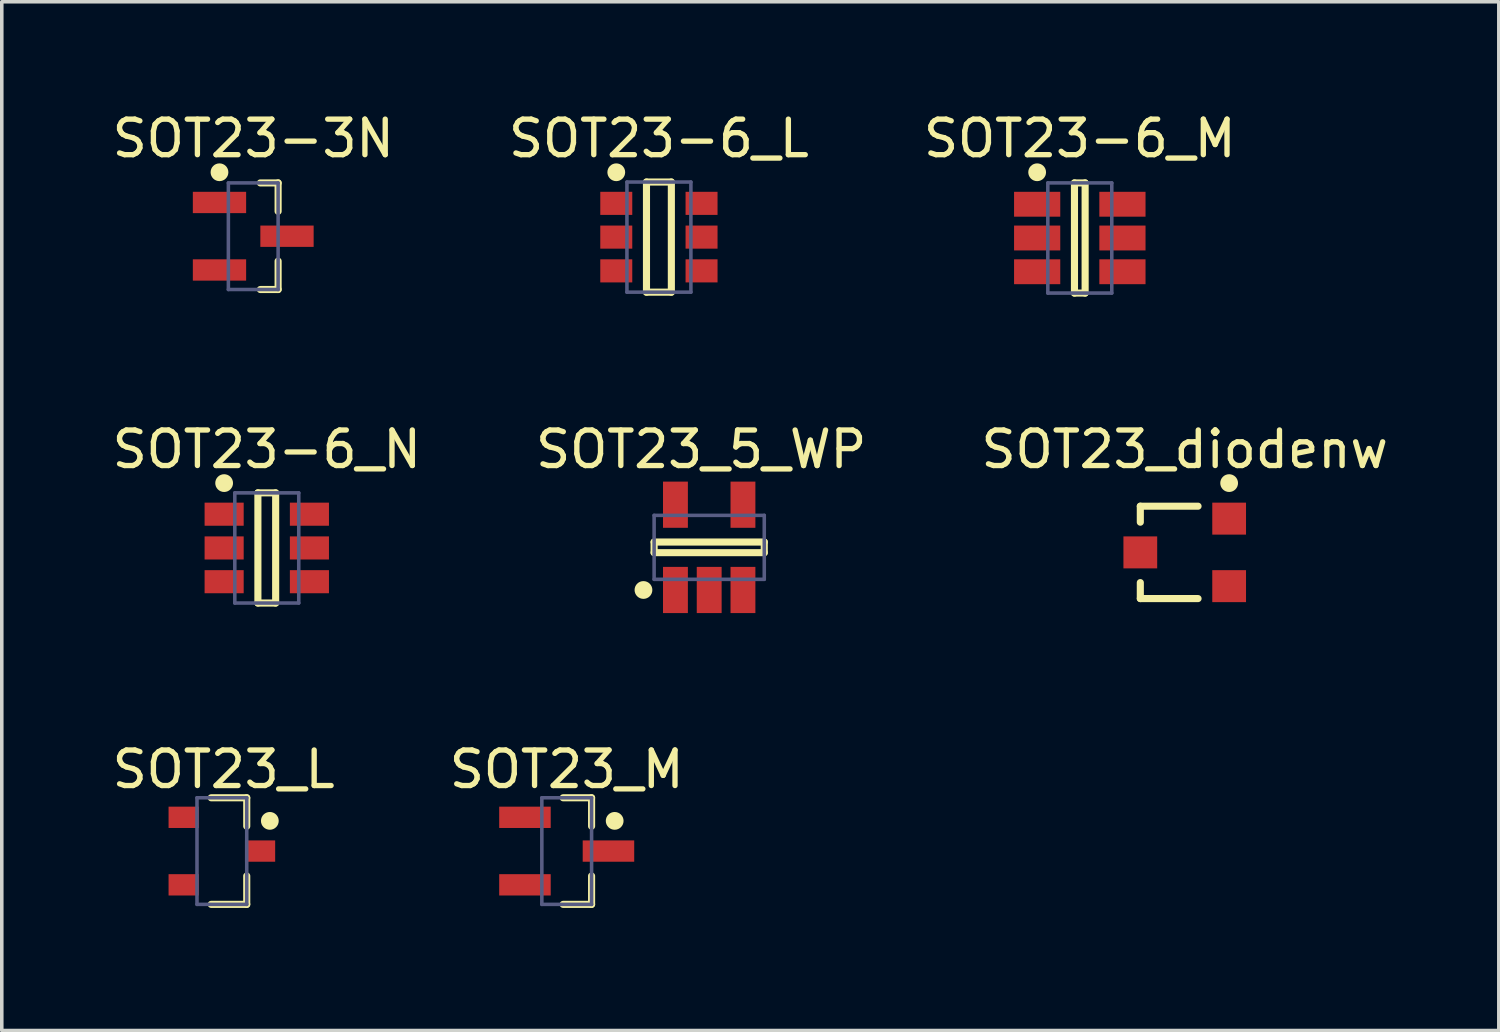
<source format=kicad_pcb>
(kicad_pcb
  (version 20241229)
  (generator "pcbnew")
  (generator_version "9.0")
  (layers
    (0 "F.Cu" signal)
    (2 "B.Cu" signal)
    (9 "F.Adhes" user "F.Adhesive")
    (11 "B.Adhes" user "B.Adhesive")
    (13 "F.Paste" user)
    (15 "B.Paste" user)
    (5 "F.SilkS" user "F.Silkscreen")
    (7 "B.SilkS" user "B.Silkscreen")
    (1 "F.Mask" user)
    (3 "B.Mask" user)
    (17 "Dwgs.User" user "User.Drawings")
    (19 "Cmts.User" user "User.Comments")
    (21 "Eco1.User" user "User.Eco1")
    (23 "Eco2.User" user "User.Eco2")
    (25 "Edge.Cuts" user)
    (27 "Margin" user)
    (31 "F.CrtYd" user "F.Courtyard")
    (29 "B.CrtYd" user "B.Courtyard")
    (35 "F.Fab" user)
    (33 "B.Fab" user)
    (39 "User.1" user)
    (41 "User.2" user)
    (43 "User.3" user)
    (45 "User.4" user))
  (footprint "SOT23-3N"
    (layer "F.Cu")
    (at 4.077 3.598)
    (property "Reference" "SOT23-3N" (at 0 -2.75 0) (layer "F.SilkS") (effects (font (size 1 1) (thickness 0.15))))
    (fp_line (start 0.2 -1.5) (end 0.7 -1.5) (stroke (width 0.2) (type solid)) (layer "F.SilkS"))
    (fp_line (start 0.2 1.5) (end 0.7 1.5) (stroke (width 0.2) (type solid)) (layer "F.SilkS"))
    (fp_line (start 0.7 -0.7) (end 0.7 -1.5) (stroke (width 0.2) (type solid)) (layer "F.SilkS"))
    (fp_line (start 0.7 1.5) (end 0.7 0.7) (stroke (width 0.2) (type solid)) (layer "F.SilkS"))
    (fp_circle (center -0.95 -1.8) (end -0.95 -1.925) (stroke (width 0.25) (type solid)) (fill no) (layer "F.SilkS"))
    (fp_line (start -1.95 -1.75) (end 1.95 -1.75) (stroke (width 0.1) (type solid)) (layer "Eco2.User"))
    (fp_line (start -1.95 1.75) (end -1.95 -1.75) (stroke (width 0.1) (type solid)) (layer "Eco2.User"))
    (fp_line (start -1.95 1.75) (end 1.95 1.75) (stroke (width 0.1) (type solid)) (layer "Eco2.User"))
    (fp_line (start -0.5 0) (end 0.5 0) (stroke (width 0.1) (type solid)) (layer "Eco2.User"))
    (fp_line (start 0 0.5) (end 0 -0.5) (stroke (width 0.1) (type solid)) (layer "Eco2.User"))
    (fp_line (start 1.95 1.75) (end 1.95 -1.75) (stroke (width 0.1) (type solid)) (layer "Eco2.User"))
    (fp_line (start -0.7 -1.5) (end 0.7 -1.5) (stroke (width 0.1) (type solid)) (layer "B.Fab"))
    (fp_line (start -0.7 1.5) (end -0.7 -1.5) (stroke (width 0.1) (type solid)) (layer "B.Fab"))
    (fp_line (start -0.7 1.5) (end 0.7 1.5) (stroke (width 0.1) (type solid)) (layer "B.Fab"))
    (fp_line (start 0.7 1.5) (end 0.7 -1.5) (stroke (width 0.1) (type solid)) (layer "B.Fab"))
    (pad "1" smd rect (at -0.95 -0.95 90) (size 0.6 1.5) (layers "F.Cu" "F.Mask" "F.Paste"))
    (pad "2" smd rect (at -0.95 0.95 90) (size 0.6 1.5) (layers "F.Cu" "F.Mask" "F.Paste"))
    (pad "3" smd rect (at 0.95 0 90) (size 0.6 1.5) (layers "F.Cu" "F.Mask" "F.Paste")))
  (footprint "SOT23_L"
    (layer "F.Cu")
    (at 3.194 20.902)
    (property "Reference" "SOT23_L" (at 0.05 -2.3 0) (layer "F.SilkS") (effects (font (size 1 1) (thickness 0.15))))
    (fp_line (start -0.3 -1.5) (end 0.7 -1.5) (stroke (width 0.2) (type solid)) (layer "F.SilkS"))
    (fp_line (start -0.3 1.5) (end 0.7 1.5) (stroke (width 0.2) (type solid)) (layer "F.SilkS"))
    (fp_line (start 0.7 -0.7) (end 0.7 -1.5) (stroke (width 0.2) (type solid)) (layer "F.SilkS"))
    (fp_line (start 0.7 1.5) (end 0.7 0.7) (stroke (width 0.2) (type solid)) (layer "F.SilkS"))
    (fp_circle (center 1.35 -0.85) (end 1.35 -0.975) (stroke (width 0.25) (type solid)) (fill no) (layer "F.SilkS"))
    (fp_line (start -1.6 -1.6) (end 1.6 -1.6) (stroke (width 0.1) (type solid)) (layer "Eco2.User"))
    (fp_line (start -1.6 1.6) (end -1.6 -1.6) (stroke (width 0.1) (type solid)) (layer "Eco2.User"))
    (fp_line (start -1.6 1.6) (end 1.6 1.6) (stroke (width 0.1) (type solid)) (layer "Eco2.User"))
    (fp_line (start -0.5 0) (end 0.5 0) (stroke (width 0.1) (type solid)) (layer "Eco2.User"))
    (fp_line (start 0 0.5) (end 0 -0.5) (stroke (width 0.1) (type solid)) (layer "Eco2.User"))
    (fp_line (start 1.6 1.6) (end 1.6 -1.6) (stroke (width 0.1) (type solid)) (layer "Eco2.User"))
    (fp_line (start -0.7 -1.5) (end 0.7 -1.5) (stroke (width 0.1) (type solid)) (layer "B.Fab"))
    (fp_line (start -0.7 1.5) (end -0.7 -1.5) (stroke (width 0.1) (type solid)) (layer "B.Fab"))
    (fp_line (start -0.7 1.5) (end 0.7 1.5) (stroke (width 0.1) (type solid)) (layer "B.Fab"))
    (fp_line (start 0.7 1.5) (end 0.7 -1.5) (stroke (width 0.1) (type solid)) (layer "B.Fab"))
    (pad "1" smd rect (at 1.075 0 90) (size 0.6 0.85) (layers "F.Cu" "F.Mask" "F.Paste"))
    (pad "2" smd rect (at -1.075 0.95 90) (size 0.6 0.85) (layers "F.Cu" "F.Mask" "F.Paste"))
    (pad "3" smd rect (at -1.075 -0.95 90) (size 0.6 0.85) (layers "F.Cu" "F.Mask" "F.Paste")))
  (footprint "SOT23-6_M"
    (layer "F.Cu")
    (at 27.339 3.648)
    (property "Reference" "SOT23-6_M" (at 0 -2.8 0) (layer "F.SilkS") (effects (font (size 1 1) (thickness 0.15))))
    (fp_line (start -0.15 -1.55) (end 0.15 -1.55) (stroke (width 0.2) (type solid)) (layer "F.SilkS"))
    (fp_line (start -0.15 1.55) (end -0.15 -1.55) (stroke (width 0.2) (type solid)) (layer "F.SilkS"))
    (fp_line (start -0.15 1.55) (end 0.15 1.55) (stroke (width 0.2) (type solid)) (layer "F.SilkS"))
    (fp_line (start 0.15 1.55) (end 0.15 -1.55) (stroke (width 0.2) (type solid)) (layer "F.SilkS"))
    (fp_circle (center -1.2 -1.85) (end -1.2 -1.975) (stroke (width 0.25) (type solid)) (fill no) (layer "F.SilkS"))
    (fp_line (start -2.35 -2.05) (end 2.35 -2.05) (stroke (width 0.1) (type solid)) (layer "Eco2.User"))
    (fp_line (start -2.35 2.05) (end -2.35 -2.05) (stroke (width 0.1) (type solid)) (layer "Eco2.User"))
    (fp_line (start -2.35 2.05) (end 2.35 2.05) (stroke (width 0.1) (type solid)) (layer "Eco2.User"))
    (fp_line (start -0.5 0) (end 0.5 0) (stroke (width 0.1) (type solid)) (layer "Eco2.User"))
    (fp_line (start 0 0.5) (end 0 -0.5) (stroke (width 0.1) (type solid)) (layer "Eco2.User"))
    (fp_line (start 2.35 2.05) (end 2.35 -2.05) (stroke (width 0.1) (type solid)) (layer "Eco2.User"))
    (fp_line (start -0.9 -1.55) (end 0.9 -1.55) (stroke (width 0.1) (type solid)) (layer "B.Fab"))
    (fp_line (start -0.9 1.55) (end -0.9 -1.55) (stroke (width 0.1) (type solid)) (layer "B.Fab"))
    (fp_line (start -0.9 1.55) (end 0.9 1.55) (stroke (width 0.1) (type solid)) (layer "B.Fab"))
    (fp_line (start 0.9 1.55) (end 0.9 -1.55) (stroke (width 0.1) (type solid)) (layer "B.Fab"))
    (pad "1" smd rect (at -1.2 -0.95 90) (size 0.7 1.3) (layers "F.Cu" "F.Mask" "F.Paste"))
    (pad "2" smd rect (at -1.2 0 90) (size 0.7 1.3) (layers "F.Cu" "F.Mask" "F.Paste"))
    (pad "3" smd rect (at -1.2 0.95 90) (size 0.7 1.3) (layers "F.Cu" "F.Mask" "F.Paste"))
    (pad "4" smd rect (at 1.2 0.95 90) (size 0.7 1.3) (layers "F.Cu" "F.Mask" "F.Paste"))
    (pad "5" smd rect (at 1.2 0 90) (size 0.7 1.3) (layers "F.Cu" "F.Mask" "F.Paste"))
    (pad "6" smd rect (at 1.2 -0.95 90) (size 0.7 1.3) (layers "F.Cu" "F.Mask" "F.Paste")))
  (footprint "SOT23_diodenw"
    (layer "F.Cu")
    (at 30.401 12.396)
    (property "Reference" "SOT23_diodenw" (at -0.109 -2.8 0) (layer "F.SilkS") (effects (font (size 1 1) (thickness 0.15))))
    (fp_line (start -1.359 -1.2) (end 0.266 -1.2) (stroke (width 0.2) (type solid)) (layer "F.SilkS"))
    (fp_line (start -1.359 -0.75) (end -1.359 -1.2) (stroke (width 0.2) (type solid)) (layer "F.SilkS"))
    (fp_line (start -1.359 1.4) (end -1.359 0.95) (stroke (width 0.2) (type solid)) (layer "F.SilkS"))
    (fp_line (start -1.359 1.4) (end 0.266 1.4) (stroke (width 0.2) (type solid)) (layer "F.SilkS"))
    (fp_circle (center 1.141 -1.85) (end 1.141 -1.975) (stroke (width 0.25) (type solid)) (fill no) (layer "F.SilkS"))
    (pad "1" smd rect (at 1.141 -0.85 270) (size 0.9 0.95) (layers "F.Cu" "F.Mask" "F.Paste"))
    (pad "2" smd rect (at 1.141 1.05 270) (size 0.9 0.95) (layers "F.Cu" "F.Mask" "F.Paste"))
    (pad "3" smd rect (at -1.359 0.1 270) (size 0.9 0.95) (layers "F.Cu" "F.Mask" "F.Paste")))
  (footprint "SOT23_M"
    (layer "F.Cu")
    (at 12.899 20.902)
    (property "Reference" "SOT23_M" (at 0 -2.3 0) (layer "F.SilkS") (effects (font (size 1 1) (thickness 0.15))))
    (fp_line (start -0.1 -1.5) (end 0.7 -1.5) (stroke (width 0.2) (type solid)) (layer "F.SilkS"))
    (fp_line (start -0.1 1.5) (end 0.7 1.5) (stroke (width 0.2) (type solid)) (layer "F.SilkS"))
    (fp_line (start 0.7 -0.7) (end 0.7 -1.5) (stroke (width 0.2) (type solid)) (layer "F.SilkS"))
    (fp_line (start 0.7 1.5) (end 0.7 0.7) (stroke (width 0.2) (type solid)) (layer "F.SilkS"))
    (fp_circle (center 1.35 -0.85) (end 1.35 -0.975) (stroke (width 0.25) (type solid)) (fill no) (layer "F.SilkS"))
    (fp_line (start -2.4 -2) (end 2.4 -2) (stroke (width 0.1) (type solid)) (layer "Eco2.User"))
    (fp_line (start -2.4 2) (end -2.4 -2) (stroke (width 0.1) (type solid)) (layer "Eco2.User"))
    (fp_line (start -2.4 2) (end 2.4 2) (stroke (width 0.1) (type solid)) (layer "Eco2.User"))
    (fp_line (start -0.5 0) (end 0.5 0) (stroke (width 0.1) (type solid)) (layer "Eco2.User"))
    (fp_line (start 0 0.5) (end 0 -0.5) (stroke (width 0.1) (type solid)) (layer "Eco2.User"))
    (fp_line (start 2.4 2) (end 2.4 -2) (stroke (width 0.1) (type solid)) (layer "Eco2.User"))
    (fp_line (start -0.7 -1.5) (end 0.7 -1.5) (stroke (width 0.1) (type solid)) (layer "B.Fab"))
    (fp_line (start -0.7 1.5) (end -0.7 -1.5) (stroke (width 0.1) (type solid)) (layer "B.Fab"))
    (fp_line (start -0.7 1.5) (end 0.7 1.5) (stroke (width 0.1) (type solid)) (layer "B.Fab"))
    (fp_line (start 0.7 1.5) (end 0.7 -1.5) (stroke (width 0.1) (type solid)) (layer "B.Fab"))
    (pad "1" smd rect (at 1.175 0 90) (size 0.6 1.45) (layers "F.Cu" "F.Mask" "F.Paste"))
    (pad "2" smd rect (at -1.175 0.95 90) (size 0.6 1.45) (layers "F.Cu" "F.Mask" "F.Paste"))
    (pad "3" smd rect (at -1.175 -0.95 90) (size 0.6 1.45) (layers "F.Cu" "F.Mask" "F.Paste")))
  (footprint "SOT23_5_WP"
    (layer "F.Cu")
    (at 16.833 12.278)
    (property "Reference" "SOT23_5_WP" (at -0.149 -2.681 0) (layer "F.SilkS") (effects (font (size 1 1) (thickness 0.15))))
    (fp_line (start -1.474 -0.074) (end 1.626 -0.074) (stroke (width 0.2) (type solid)) (layer "F.SilkS"))
    (fp_line (start -1.474 0.226) (end -1.474 -0.074) (stroke (width 0.2) (type solid)) (layer "F.SilkS"))
    (fp_line (start -1.474 0.226) (end 1.626 0.226) (stroke (width 0.2) (type solid)) (layer "F.SilkS"))
    (fp_line (start 1.626 0.226) (end 1.626 -0.074) (stroke (width 0.2) (type solid)) (layer "F.SilkS"))
    (fp_circle (center -1.774 1.276) (end -1.774 1.151) (stroke (width 0.25) (type solid)) (fill no) (layer "F.SilkS"))
    (fp_rect (start -1.24 -1.346) (end -0.503 -1.981) (stroke (width 0) (type default)) (fill yes) (layer "F.Paste"))
    (fp_rect (start -1.24 2.134) (end -0.503 1.524) (stroke (width 0) (type default)) (fill yes) (layer "F.Paste"))
    (fp_rect (start -0.292 2.134) (end 0.445 1.524) (stroke (width 0) (type default)) (fill yes) (layer "F.Paste"))
    (fp_rect (start 0.66 -1.346) (end 1.397 -1.981) (stroke (width 0) (type default)) (fill yes) (layer "F.Paste"))
    (fp_rect (start 0.66 2.134) (end 1.397 1.524) (stroke (width 0) (type default)) (fill yes) (layer "F.Paste"))
    (fp_line (start -1.974 -2.274) (end 2.126 -2.274) (stroke (width 0.1) (type solid)) (layer "Eco2.User"))
    (fp_line (start -1.974 2.426) (end -1.974 -2.274) (stroke (width 0.1) (type solid)) (layer "Eco2.User"))
    (fp_line (start -1.974 2.426) (end 2.126 2.426) (stroke (width 0.1) (type solid)) (layer "Eco2.User"))
    (fp_line (start -0.424 0.076) (end 0.576 0.076) (stroke (width 0.1) (type solid)) (layer "Eco2.User"))
    (fp_line (start 0.076 0.576) (end 0.076 -0.424) (stroke (width 0.1) (type solid)) (layer "Eco2.User"))
    (fp_line (start 2.126 2.426) (end 2.126 -2.274) (stroke (width 0.1) (type solid)) (layer "Eco2.User"))
    (fp_line (start -1.474 -0.824) (end 1.626 -0.824) (stroke (width 0.1) (type solid)) (layer "B.Fab"))
    (fp_line (start -1.474 0.976) (end -1.474 -0.824) (stroke (width 0.1) (type solid)) (layer "B.Fab"))
    (fp_line (start -1.474 0.976) (end 1.626 0.976) (stroke (width 0.1) (type solid)) (layer "B.Fab"))
    (fp_line (start 1.626 0.976) (end 1.626 -0.824) (stroke (width 0.1) (type solid)) (layer "B.Fab"))
    (pad "1" smd rect (at -0.874 1.276 180) (size 0.7 1.3) (layers "F.Cu" "F.Mask" "F.Paste"))
    (pad "2" smd rect (at 0.076 1.276 180) (size 0.7 1.3) (layers "F.Cu" "F.Mask" "F.Paste"))
    (pad "3" smd rect (at 1.026 1.276 180) (size 0.7 1.3) (layers "F.Cu" "F.Mask" "F.Paste"))
    (pad "4" smd rect (at 1.026 -1.124 180) (size 0.7 1.3) (layers "F.Cu" "F.Mask" "F.Paste"))
    (pad "5" smd rect (at -0.874 -1.124 180) (size 0.7 1.3) (layers "F.Cu" "F.Mask" "F.Paste")))
  (footprint "SOT23-6_N"
    (layer "F.Cu")
    (at 4.458 12.371)
    (property "Reference" "SOT23-6_N" (at 0 -2.775 0) (layer "F.SilkS") (effects (font (size 1 1) (thickness 0.15))))
    (fp_line (start -0.25 -1.55) (end 0.25 -1.55) (stroke (width 0.2) (type solid)) (layer "F.SilkS"))
    (fp_line (start -0.25 1.55) (end -0.25 -1.55) (stroke (width 0.2) (type solid)) (layer "F.SilkS"))
    (fp_line (start -0.25 1.55) (end 0.25 1.55) (stroke (width 0.2) (type solid)) (layer "F.SilkS"))
    (fp_line (start 0.25 1.55) (end 0.25 -1.55) (stroke (width 0.2) (type solid)) (layer "F.SilkS"))
    (fp_circle (center -1.2 -1.825) (end -1.2 -1.95) (stroke (width 0.25) (type solid)) (fill no) (layer "F.SilkS"))
    (fp_line (start -2 -1.8) (end 2 -1.8) (stroke (width 0.1) (type solid)) (layer "Eco2.User"))
    (fp_line (start -2 1.8) (end -2 -1.8) (stroke (width 0.1) (type solid)) (layer "Eco2.User"))
    (fp_line (start -2 1.8) (end 2 1.8) (stroke (width 0.1) (type solid)) (layer "Eco2.User"))
    (fp_line (start -0.5 0) (end 0.5 0) (stroke (width 0.1) (type solid)) (layer "Eco2.User"))
    (fp_line (start 0 0.5) (end 0 -0.5) (stroke (width 0.1) (type solid)) (layer "Eco2.User"))
    (fp_line (start 2 1.8) (end 2 -1.8) (stroke (width 0.1) (type solid)) (layer "Eco2.User"))
    (fp_line (start -0.9 -1.55) (end 0.9 -1.55) (stroke (width 0.1) (type solid)) (layer "B.Fab"))
    (fp_line (start -0.9 1.55) (end -0.9 -1.55) (stroke (width 0.1) (type solid)) (layer "B.Fab"))
    (fp_line (start -0.9 1.55) (end 0.9 1.55) (stroke (width 0.1) (type solid)) (layer "B.Fab"))
    (fp_line (start 0.9 1.55) (end 0.9 -1.55) (stroke (width 0.1) (type solid)) (layer "B.Fab"))
    (pad "1" smd rect (at -1.2 -0.95 90) (size 0.65 1.1) (layers "F.Cu" "F.Mask" "F.Paste"))
    (pad "2" smd rect (at -1.2 0 90) (size 0.65 1.1) (layers "F.Cu" "F.Mask" "F.Paste"))
    (pad "3" smd rect (at -1.2 0.95 90) (size 0.65 1.1) (layers "F.Cu" "F.Mask" "F.Paste"))
    (pad "4" smd rect (at 1.2 0.95 90) (size 0.65 1.1) (layers "F.Cu" "F.Mask" "F.Paste"))
    (pad "5" smd rect (at 1.2 0 90) (size 0.65 1.1) (layers "F.Cu" "F.Mask" "F.Paste"))
    (pad "6" smd rect (at 1.2 -0.95 90) (size 0.65 1.1) (layers "F.Cu" "F.Mask" "F.Paste")))
  (footprint "SOT23-6_L"
    (layer "F.Cu")
    (at 15.494 3.623)
    (property "Reference" "SOT23-6_L" (at 0 -2.775 0) (layer "F.SilkS") (effects (font (size 1 1) (thickness 0.15))))
    (fp_line (start -0.35 -1.55) (end 0.35 -1.55) (stroke (width 0.2) (type solid)) (layer "F.SilkS"))
    (fp_line (start -0.35 1.55) (end -0.35 -1.55) (stroke (width 0.2) (type solid)) (layer "F.SilkS"))
    (fp_line (start -0.35 1.55) (end 0.35 1.55) (stroke (width 0.2) (type solid)) (layer "F.SilkS"))
    (fp_line (start 0.35 1.55) (end 0.35 -1.55) (stroke (width 0.2) (type solid)) (layer "F.SilkS"))
    (fp_circle (center -1.2 -1.825) (end -1.2 -1.95) (stroke (width 0.25) (type solid)) (fill no) (layer "F.SilkS"))
    (fp_line (start -1.75 -1.65) (end 1.75 -1.65) (stroke (width 0.1) (type solid)) (layer "Eco2.User"))
    (fp_line (start -1.75 1.65) (end -1.75 -1.65) (stroke (width 0.1) (type solid)) (layer "Eco2.User"))
    (fp_line (start -1.75 1.65) (end 1.75 1.65) (stroke (width 0.1) (type solid)) (layer "Eco2.User"))
    (fp_line (start -0.5 0) (end 0.5 0) (stroke (width 0.1) (type solid)) (layer "Eco2.User"))
    (fp_line (start 0 0.5) (end 0 -0.5) (stroke (width 0.1) (type solid)) (layer "Eco2.User"))
    (fp_line (start 1.75 1.65) (end 1.75 -1.65) (stroke (width 0.1) (type solid)) (layer "Eco2.User"))
    (fp_line (start -0.9 -1.55) (end 0.9 -1.55) (stroke (width 0.1) (type solid)) (layer "B.Fab"))
    (fp_line (start -0.9 1.55) (end -0.9 -1.55) (stroke (width 0.1) (type solid)) (layer "B.Fab"))
    (fp_line (start -0.9 1.55) (end 0.9 1.55) (stroke (width 0.1) (type solid)) (layer "B.Fab"))
    (fp_line (start 0.9 1.55) (end 0.9 -1.55) (stroke (width 0.1) (type solid)) (layer "B.Fab"))
    (pad "1" smd rect (at -1.2 -0.95 90) (size 0.65 0.9) (layers "F.Cu" "F.Mask" "F.Paste"))
    (pad "2" smd rect (at -1.2 0 90) (size 0.65 0.9) (layers "F.Cu" "F.Mask" "F.Paste"))
    (pad "3" smd rect (at -1.2 0.95 90) (size 0.65 0.9) (layers "F.Cu" "F.Mask" "F.Paste"))
    (pad "4" smd rect (at 1.2 0.95 90) (size 0.65 0.9) (layers "F.Cu" "F.Mask" "F.Paste"))
    (pad "5" smd rect (at 1.2 0 90) (size 0.65 0.9) (layers "F.Cu" "F.Mask" "F.Paste"))
    (pad "6" smd rect (at 1.2 -0.95 90) (size 0.65 0.9) (layers "F.Cu" "F.Mask" "F.Paste")))
  (gr_rect
    (start -3 -3)
    (end 39.131 25.952)
    (stroke (width 0.1) (type default))
    (fill no)
    (layer "Edge.Cuts")))
</source>
